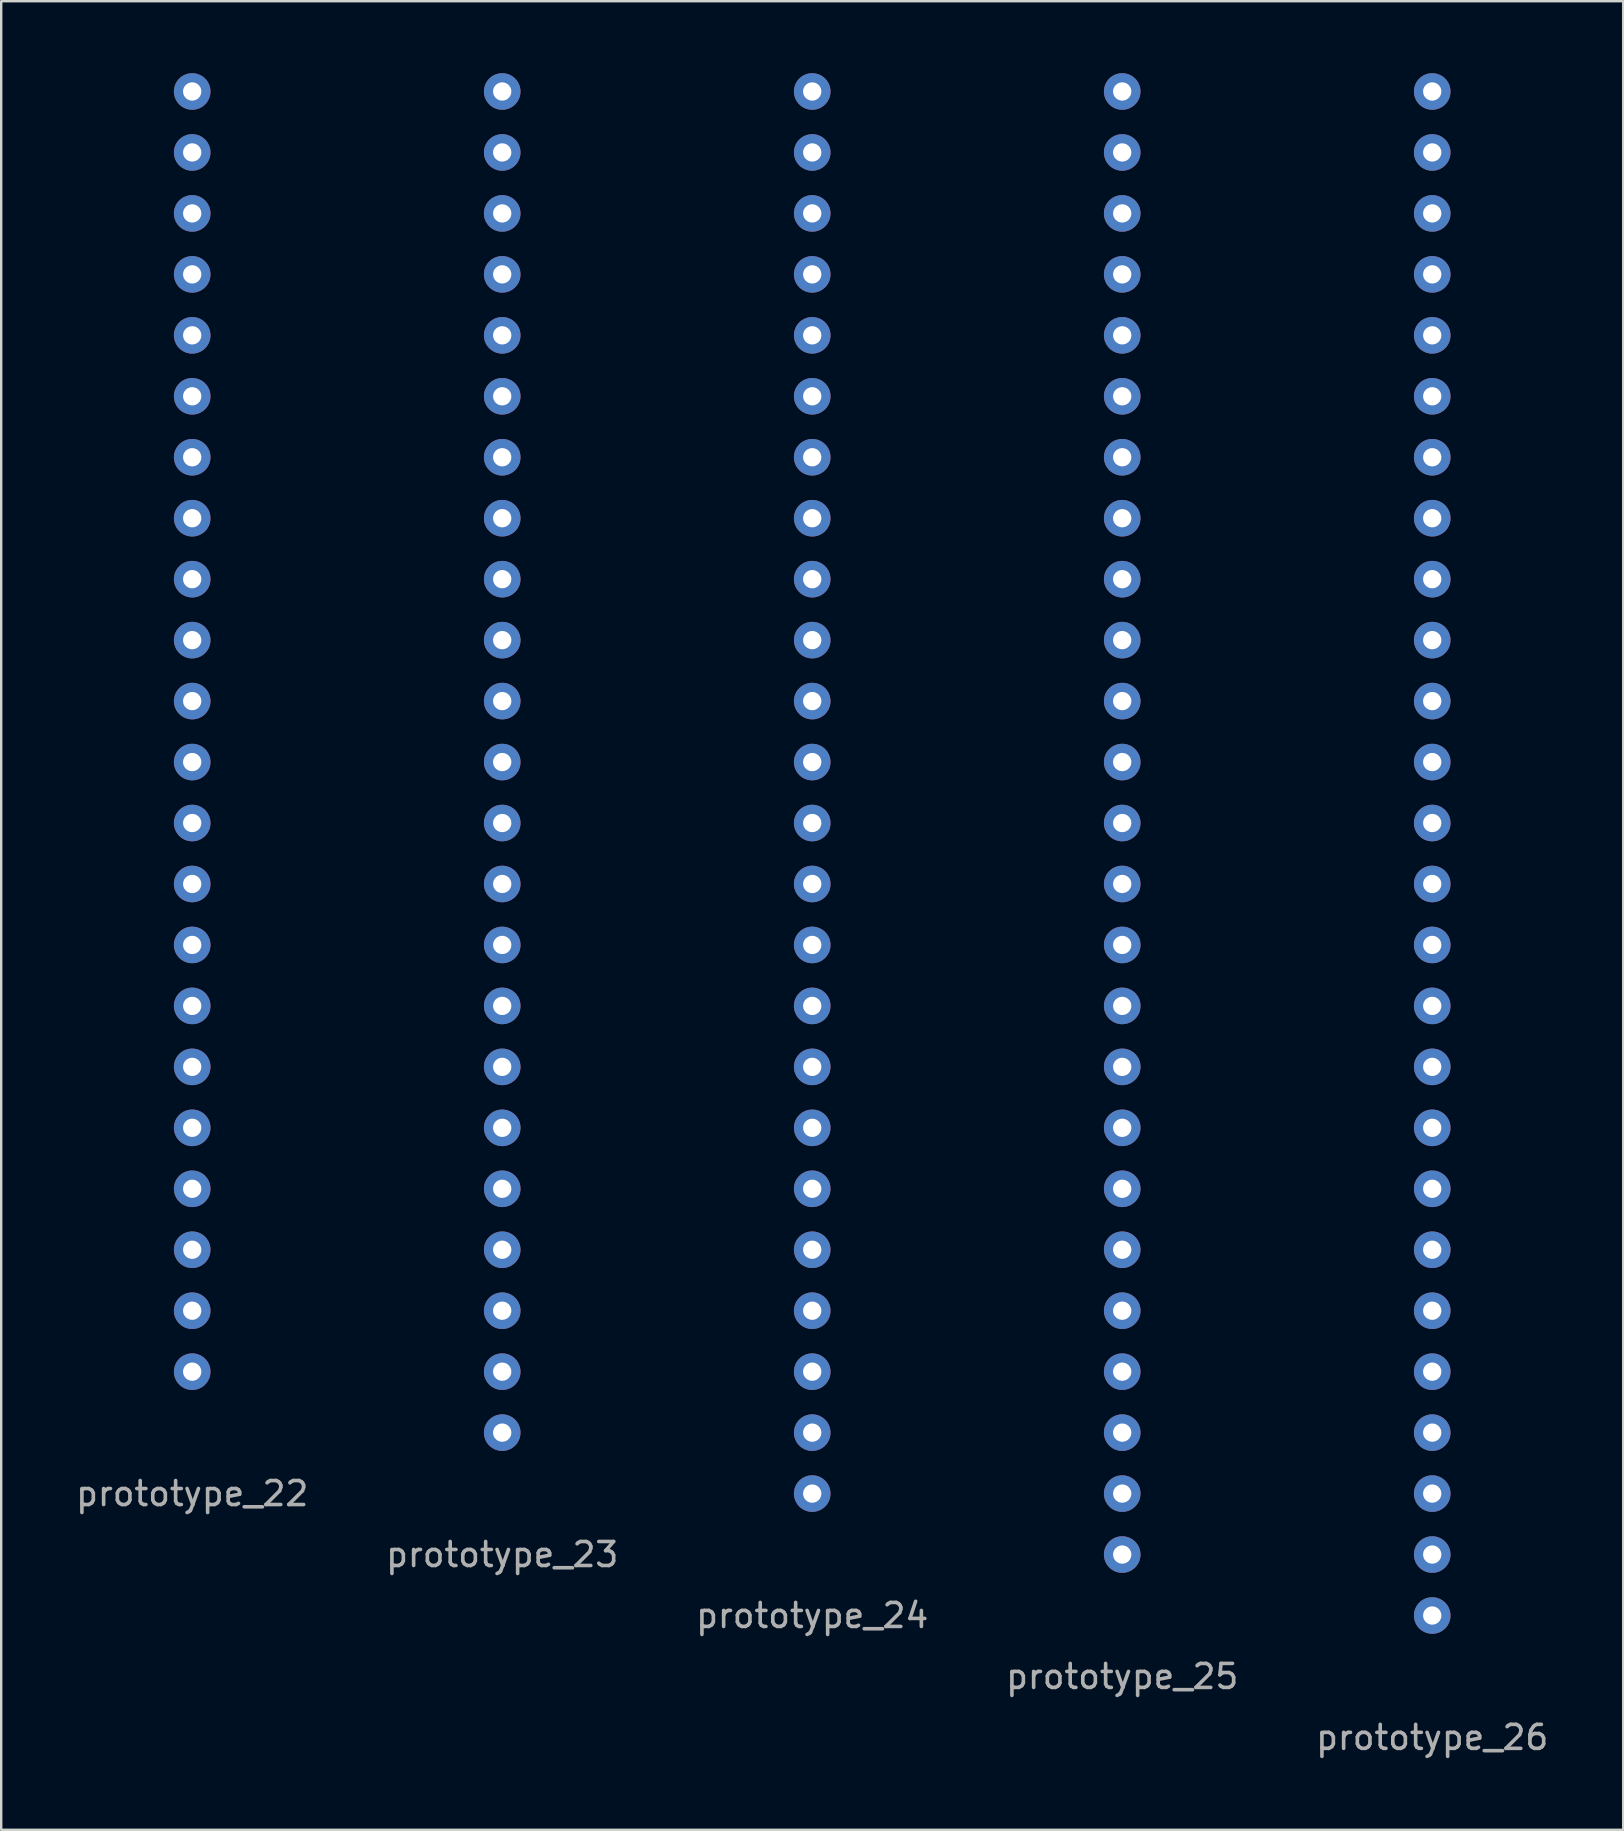
<source format=kicad_pcb>
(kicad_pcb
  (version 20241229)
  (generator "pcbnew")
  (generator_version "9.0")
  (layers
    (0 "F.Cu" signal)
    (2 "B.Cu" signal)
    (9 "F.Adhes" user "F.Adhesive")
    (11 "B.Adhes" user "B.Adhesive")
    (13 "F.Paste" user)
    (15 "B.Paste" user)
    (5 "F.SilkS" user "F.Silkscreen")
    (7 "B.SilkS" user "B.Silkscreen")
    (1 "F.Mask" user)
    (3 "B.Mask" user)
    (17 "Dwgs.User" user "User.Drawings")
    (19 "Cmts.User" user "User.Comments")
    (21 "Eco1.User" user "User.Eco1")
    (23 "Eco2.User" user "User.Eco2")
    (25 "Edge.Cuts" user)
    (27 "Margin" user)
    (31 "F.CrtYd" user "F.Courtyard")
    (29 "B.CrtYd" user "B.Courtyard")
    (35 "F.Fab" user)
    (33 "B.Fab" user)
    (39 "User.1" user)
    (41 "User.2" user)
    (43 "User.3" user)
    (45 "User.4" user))
  (footprint "prototype_23"
    (layer "F.Cu")
    (at 17.875 56.642)
    (property "Reference" "prototype_23" (at 0 5.08 0) (layer "F.Fab") (effects (font (size 1 1) (thickness 0.15))))
    (attr through_hole)
    (pad "1" thru_hole circle (at 0 0) (size 1.524 1.524) (drill 0.762) (layers "*.Cu" "*.Mask"))
    (pad "2" thru_hole circle (at 0 -2.54) (size 1.524 1.524) (drill 0.762) (layers "*.Cu" "*.Mask"))
    (pad "3" thru_hole circle (at 0 -5.08) (size 1.524 1.524) (drill 0.762) (layers "*.Cu" "*.Mask"))
    (pad "4" thru_hole circle (at 0 -7.62) (size 1.524 1.524) (drill 0.762) (layers "*.Cu" "*.Mask"))
    (pad "5" thru_hole circle (at 0 -10.16) (size 1.524 1.524) (drill 0.762) (layers "*.Cu" "*.Mask"))
    (pad "6" thru_hole circle (at 0 -12.7) (size 1.524 1.524) (drill 0.762) (layers "*.Cu" "*.Mask"))
    (pad "7" thru_hole circle (at 0 -15.24) (size 1.524 1.524) (drill 0.762) (layers "*.Cu" "*.Mask"))
    (pad "8" thru_hole circle (at 0 -17.78) (size 1.524 1.524) (drill 0.762) (layers "*.Cu" "*.Mask"))
    (pad "9" thru_hole circle (at 0 -20.32) (size 1.524 1.524) (drill 0.762) (layers "*.Cu" "*.Mask"))
    (pad "10" thru_hole circle (at 0 -22.86) (size 1.524 1.524) (drill 0.762) (layers "*.Cu" "*.Mask"))
    (pad "11" thru_hole circle (at 0 -25.4) (size 1.524 1.524) (drill 0.762) (layers "*.Cu" "*.Mask"))
    (pad "12" thru_hole circle (at 0 -27.94) (size 1.524 1.524) (drill 0.762) (layers "*.Cu" "*.Mask"))
    (pad "13" thru_hole circle (at 0 -30.48) (size 1.524 1.524) (drill 0.762) (layers "*.Cu" "*.Mask"))
    (pad "14" thru_hole circle (at 0 -33.02) (size 1.524 1.524) (drill 0.762) (layers "*.Cu" "*.Mask"))
    (pad "15" thru_hole circle (at 0 -35.56) (size 1.524 1.524) (drill 0.762) (layers "*.Cu" "*.Mask"))
    (pad "16" thru_hole circle (at 0 -38.1) (size 1.524 1.524) (drill 0.762) (layers "*.Cu" "*.Mask"))
    (pad "17" thru_hole circle (at 0 -40.64) (size 1.524 1.524) (drill 0.762) (layers "*.Cu" "*.Mask"))
    (pad "18" thru_hole circle (at 0 -43.18) (size 1.524 1.524) (drill 0.762) (layers "*.Cu" "*.Mask"))
    (pad "19" thru_hole circle (at 0 -45.72) (size 1.524 1.524) (drill 0.762) (layers "*.Cu" "*.Mask"))
    (pad "20" thru_hole circle (at 0 -48.26) (size 1.524 1.524) (drill 0.762) (layers "*.Cu" "*.Mask"))
    (pad "21" thru_hole circle (at 0 -50.8) (size 1.524 1.524) (drill 0.762) (layers "*.Cu" "*.Mask"))
    (pad "22" thru_hole circle (at 0 -53.34) (size 1.524 1.524) (drill 0.762) (layers "*.Cu" "*.Mask"))
    (pad "23" thru_hole circle (at 0 -55.88) (size 1.524 1.524) (drill 0.762) (layers "*.Cu" "*.Mask")))
  (footprint "prototype_26"
    (layer "F.Cu")
    (at 56.625 64.262)
    (property "Reference" "prototype_26" (at 0 5.08 0) (layer "F.Fab") (effects (font (size 1 1) (thickness 0.15))))
    (attr through_hole)
    (pad "1" thru_hole circle (at 0 0) (size 1.524 1.524) (drill 0.762) (layers "*.Cu" "*.Mask"))
    (pad "2" thru_hole circle (at 0 -2.54) (size 1.524 1.524) (drill 0.762) (layers "*.Cu" "*.Mask"))
    (pad "3" thru_hole circle (at 0 -5.08) (size 1.524 1.524) (drill 0.762) (layers "*.Cu" "*.Mask"))
    (pad "4" thru_hole circle (at 0 -7.62) (size 1.524 1.524) (drill 0.762) (layers "*.Cu" "*.Mask"))
    (pad "5" thru_hole circle (at 0 -10.16) (size 1.524 1.524) (drill 0.762) (layers "*.Cu" "*.Mask"))
    (pad "6" thru_hole circle (at 0 -12.7) (size 1.524 1.524) (drill 0.762) (layers "*.Cu" "*.Mask"))
    (pad "7" thru_hole circle (at 0 -15.24) (size 1.524 1.524) (drill 0.762) (layers "*.Cu" "*.Mask"))
    (pad "8" thru_hole circle (at 0 -17.78) (size 1.524 1.524) (drill 0.762) (layers "*.Cu" "*.Mask"))
    (pad "9" thru_hole circle (at 0 -20.32) (size 1.524 1.524) (drill 0.762) (layers "*.Cu" "*.Mask"))
    (pad "10" thru_hole circle (at 0 -22.86) (size 1.524 1.524) (drill 0.762) (layers "*.Cu" "*.Mask"))
    (pad "11" thru_hole circle (at 0 -25.4) (size 1.524 1.524) (drill 0.762) (layers "*.Cu" "*.Mask"))
    (pad "12" thru_hole circle (at 0 -27.94) (size 1.524 1.524) (drill 0.762) (layers "*.Cu" "*.Mask"))
    (pad "13" thru_hole circle (at 0 -30.48) (size 1.524 1.524) (drill 0.762) (layers "*.Cu" "*.Mask"))
    (pad "14" thru_hole circle (at 0 -33.02) (size 1.524 1.524) (drill 0.762) (layers "*.Cu" "*.Mask"))
    (pad "15" thru_hole circle (at 0 -35.56) (size 1.524 1.524) (drill 0.762) (layers "*.Cu" "*.Mask"))
    (pad "16" thru_hole circle (at 0 -38.1) (size 1.524 1.524) (drill 0.762) (layers "*.Cu" "*.Mask"))
    (pad "17" thru_hole circle (at 0 -40.64) (size 1.524 1.524) (drill 0.762) (layers "*.Cu" "*.Mask"))
    (pad "18" thru_hole circle (at 0 -43.18) (size 1.524 1.524) (drill 0.762) (layers "*.Cu" "*.Mask"))
    (pad "19" thru_hole circle (at 0 -45.72) (size 1.524 1.524) (drill 0.762) (layers "*.Cu" "*.Mask"))
    (pad "20" thru_hole circle (at 0 -48.26) (size 1.524 1.524) (drill 0.762) (layers "*.Cu" "*.Mask"))
    (pad "21" thru_hole circle (at 0 -50.8) (size 1.524 1.524) (drill 0.762) (layers "*.Cu" "*.Mask"))
    (pad "22" thru_hole circle (at 0 -53.34) (size 1.524 1.524) (drill 0.762) (layers "*.Cu" "*.Mask"))
    (pad "23" thru_hole circle (at 0 -55.88) (size 1.524 1.524) (drill 0.762) (layers "*.Cu" "*.Mask"))
    (pad "24" thru_hole circle (at 0 -58.42) (size 1.524 1.524) (drill 0.762) (layers "*.Cu" "*.Mask"))
    (pad "25" thru_hole circle (at 0 -60.96) (size 1.524 1.524) (drill 0.762) (layers "*.Cu" "*.Mask"))
    (pad "26" thru_hole circle (at 0 -63.5) (size 1.524 1.524) (drill 0.762) (layers "*.Cu" "*.Mask")))
  (footprint "prototype_24"
    (layer "F.Cu")
    (at 30.792 59.182)
    (property "Reference" "prototype_24" (at 0 5.08 0) (layer "F.Fab") (effects (font (size 1 1) (thickness 0.15))))
    (attr through_hole)
    (pad "1" thru_hole circle (at 0 0) (size 1.524 1.524) (drill 0.762) (layers "*.Cu" "*.Mask"))
    (pad "2" thru_hole circle (at 0 -2.54) (size 1.524 1.524) (drill 0.762) (layers "*.Cu" "*.Mask"))
    (pad "3" thru_hole circle (at 0 -5.08) (size 1.524 1.524) (drill 0.762) (layers "*.Cu" "*.Mask"))
    (pad "4" thru_hole circle (at 0 -7.62) (size 1.524 1.524) (drill 0.762) (layers "*.Cu" "*.Mask"))
    (pad "5" thru_hole circle (at 0 -10.16) (size 1.524 1.524) (drill 0.762) (layers "*.Cu" "*.Mask"))
    (pad "6" thru_hole circle (at 0 -12.7) (size 1.524 1.524) (drill 0.762) (layers "*.Cu" "*.Mask"))
    (pad "7" thru_hole circle (at 0 -15.24) (size 1.524 1.524) (drill 0.762) (layers "*.Cu" "*.Mask"))
    (pad "8" thru_hole circle (at 0 -17.78) (size 1.524 1.524) (drill 0.762) (layers "*.Cu" "*.Mask"))
    (pad "9" thru_hole circle (at 0 -20.32) (size 1.524 1.524) (drill 0.762) (layers "*.Cu" "*.Mask"))
    (pad "10" thru_hole circle (at 0 -22.86) (size 1.524 1.524) (drill 0.762) (layers "*.Cu" "*.Mask"))
    (pad "11" thru_hole circle (at 0 -25.4) (size 1.524 1.524) (drill 0.762) (layers "*.Cu" "*.Mask"))
    (pad "12" thru_hole circle (at 0 -27.94) (size 1.524 1.524) (drill 0.762) (layers "*.Cu" "*.Mask"))
    (pad "13" thru_hole circle (at 0 -30.48) (size 1.524 1.524) (drill 0.762) (layers "*.Cu" "*.Mask"))
    (pad "14" thru_hole circle (at 0 -33.02) (size 1.524 1.524) (drill 0.762) (layers "*.Cu" "*.Mask"))
    (pad "15" thru_hole circle (at 0 -35.56) (size 1.524 1.524) (drill 0.762) (layers "*.Cu" "*.Mask"))
    (pad "16" thru_hole circle (at 0 -38.1) (size 1.524 1.524) (drill 0.762) (layers "*.Cu" "*.Mask"))
    (pad "17" thru_hole circle (at 0 -40.64) (size 1.524 1.524) (drill 0.762) (layers "*.Cu" "*.Mask"))
    (pad "18" thru_hole circle (at 0 -43.18) (size 1.524 1.524) (drill 0.762) (layers "*.Cu" "*.Mask"))
    (pad "19" thru_hole circle (at 0 -45.72) (size 1.524 1.524) (drill 0.762) (layers "*.Cu" "*.Mask"))
    (pad "20" thru_hole circle (at 0 -48.26) (size 1.524 1.524) (drill 0.762) (layers "*.Cu" "*.Mask"))
    (pad "21" thru_hole circle (at 0 -50.8) (size 1.524 1.524) (drill 0.762) (layers "*.Cu" "*.Mask"))
    (pad "22" thru_hole circle (at 0 -53.34) (size 1.524 1.524) (drill 0.762) (layers "*.Cu" "*.Mask"))
    (pad "23" thru_hole circle (at 0 -55.88) (size 1.524 1.524) (drill 0.762) (layers "*.Cu" "*.Mask"))
    (pad "24" thru_hole circle (at 0 -58.42) (size 1.524 1.524) (drill 0.762) (layers "*.Cu" "*.Mask")))
  (footprint "prototype_22"
    (layer "F.Cu")
    (at 4.958 54.102)
    (property "Reference" "prototype_22" (at 0 5.08 0) (layer "F.Fab") (effects (font (size 1 1) (thickness 0.15))))
    (attr through_hole)
    (pad "1" thru_hole circle (at 0 0) (size 1.524 1.524) (drill 0.762) (layers "*.Cu" "*.Mask"))
    (pad "2" thru_hole circle (at 0 -2.54) (size 1.524 1.524) (drill 0.762) (layers "*.Cu" "*.Mask"))
    (pad "3" thru_hole circle (at 0 -5.08) (size 1.524 1.524) (drill 0.762) (layers "*.Cu" "*.Mask"))
    (pad "4" thru_hole circle (at 0 -7.62) (size 1.524 1.524) (drill 0.762) (layers "*.Cu" "*.Mask"))
    (pad "5" thru_hole circle (at 0 -10.16) (size 1.524 1.524) (drill 0.762) (layers "*.Cu" "*.Mask"))
    (pad "6" thru_hole circle (at 0 -12.7) (size 1.524 1.524) (drill 0.762) (layers "*.Cu" "*.Mask"))
    (pad "7" thru_hole circle (at 0 -15.24) (size 1.524 1.524) (drill 0.762) (layers "*.Cu" "*.Mask"))
    (pad "8" thru_hole circle (at 0 -17.78) (size 1.524 1.524) (drill 0.762) (layers "*.Cu" "*.Mask"))
    (pad "9" thru_hole circle (at 0 -20.32) (size 1.524 1.524) (drill 0.762) (layers "*.Cu" "*.Mask"))
    (pad "10" thru_hole circle (at 0 -22.86) (size 1.524 1.524) (drill 0.762) (layers "*.Cu" "*.Mask"))
    (pad "11" thru_hole circle (at 0 -25.4) (size 1.524 1.524) (drill 0.762) (layers "*.Cu" "*.Mask"))
    (pad "12" thru_hole circle (at 0 -27.94) (size 1.524 1.524) (drill 0.762) (layers "*.Cu" "*.Mask"))
    (pad "13" thru_hole circle (at 0 -30.48) (size 1.524 1.524) (drill 0.762) (layers "*.Cu" "*.Mask"))
    (pad "14" thru_hole circle (at 0 -33.02) (size 1.524 1.524) (drill 0.762) (layers "*.Cu" "*.Mask"))
    (pad "15" thru_hole circle (at 0 -35.56) (size 1.524 1.524) (drill 0.762) (layers "*.Cu" "*.Mask"))
    (pad "16" thru_hole circle (at 0 -38.1) (size 1.524 1.524) (drill 0.762) (layers "*.Cu" "*.Mask"))
    (pad "17" thru_hole circle (at 0 -40.64) (size 1.524 1.524) (drill 0.762) (layers "*.Cu" "*.Mask"))
    (pad "18" thru_hole circle (at 0 -43.18) (size 1.524 1.524) (drill 0.762) (layers "*.Cu" "*.Mask"))
    (pad "19" thru_hole circle (at 0 -45.72) (size 1.524 1.524) (drill 0.762) (layers "*.Cu" "*.Mask"))
    (pad "20" thru_hole circle (at 0 -48.26) (size 1.524 1.524) (drill 0.762) (layers "*.Cu" "*.Mask"))
    (pad "21" thru_hole circle (at 0 -50.8) (size 1.524 1.524) (drill 0.762) (layers "*.Cu" "*.Mask"))
    (pad "22" thru_hole circle (at 0 -53.34) (size 1.524 1.524) (drill 0.762) (layers "*.Cu" "*.Mask")))
  (footprint "prototype_25"
    (layer "F.Cu")
    (at 43.708 61.722)
    (property "Reference" "prototype_25" (at 0 5.08 0) (layer "F.Fab") (effects (font (size 1 1) (thickness 0.15))))
    (attr through_hole)
    (pad "1" thru_hole circle (at 0 0) (size 1.524 1.524) (drill 0.762) (layers "*.Cu" "*.Mask"))
    (pad "2" thru_hole circle (at 0 -2.54) (size 1.524 1.524) (drill 0.762) (layers "*.Cu" "*.Mask"))
    (pad "3" thru_hole circle (at 0 -5.08) (size 1.524 1.524) (drill 0.762) (layers "*.Cu" "*.Mask"))
    (pad "4" thru_hole circle (at 0 -7.62) (size 1.524 1.524) (drill 0.762) (layers "*.Cu" "*.Mask"))
    (pad "5" thru_hole circle (at 0 -10.16) (size 1.524 1.524) (drill 0.762) (layers "*.Cu" "*.Mask"))
    (pad "6" thru_hole circle (at 0 -12.7) (size 1.524 1.524) (drill 0.762) (layers "*.Cu" "*.Mask"))
    (pad "7" thru_hole circle (at 0 -15.24) (size 1.524 1.524) (drill 0.762) (layers "*.Cu" "*.Mask"))
    (pad "8" thru_hole circle (at 0 -17.78) (size 1.524 1.524) (drill 0.762) (layers "*.Cu" "*.Mask"))
    (pad "9" thru_hole circle (at 0 -20.32) (size 1.524 1.524) (drill 0.762) (layers "*.Cu" "*.Mask"))
    (pad "10" thru_hole circle (at 0 -22.86) (size 1.524 1.524) (drill 0.762) (layers "*.Cu" "*.Mask"))
    (pad "11" thru_hole circle (at 0 -25.4) (size 1.524 1.524) (drill 0.762) (layers "*.Cu" "*.Mask"))
    (pad "12" thru_hole circle (at 0 -27.94) (size 1.524 1.524) (drill 0.762) (layers "*.Cu" "*.Mask"))
    (pad "13" thru_hole circle (at 0 -30.48) (size 1.524 1.524) (drill 0.762) (layers "*.Cu" "*.Mask"))
    (pad "14" thru_hole circle (at 0 -33.02) (size 1.524 1.524) (drill 0.762) (layers "*.Cu" "*.Mask"))
    (pad "15" thru_hole circle (at 0 -35.56) (size 1.524 1.524) (drill 0.762) (layers "*.Cu" "*.Mask"))
    (pad "16" thru_hole circle (at 0 -38.1) (size 1.524 1.524) (drill 0.762) (layers "*.Cu" "*.Mask"))
    (pad "17" thru_hole circle (at 0 -40.64) (size 1.524 1.524) (drill 0.762) (layers "*.Cu" "*.Mask"))
    (pad "18" thru_hole circle (at 0 -43.18) (size 1.524 1.524) (drill 0.762) (layers "*.Cu" "*.Mask"))
    (pad "19" thru_hole circle (at 0 -45.72) (size 1.524 1.524) (drill 0.762) (layers "*.Cu" "*.Mask"))
    (pad "20" thru_hole circle (at 0 -48.26) (size 1.524 1.524) (drill 0.762) (layers "*.Cu" "*.Mask"))
    (pad "21" thru_hole circle (at 0 -50.8) (size 1.524 1.524) (drill 0.762) (layers "*.Cu" "*.Mask"))
    (pad "22" thru_hole circle (at 0 -53.34) (size 1.524 1.524) (drill 0.762) (layers "*.Cu" "*.Mask"))
    (pad "23" thru_hole circle (at 0 -55.88) (size 1.524 1.524) (drill 0.762) (layers "*.Cu" "*.Mask"))
    (pad "24" thru_hole circle (at 0 -58.42) (size 1.524 1.524) (drill 0.762) (layers "*.Cu" "*.Mask"))
    (pad "25" thru_hole circle (at 0 -60.96) (size 1.524 1.524) (drill 0.762) (layers "*.Cu" "*.Mask")))
  (gr_rect
    (start -3 -3)
    (end 64.583 73.19)
    (stroke (width 0.1) (type default))
    (fill no)
    (layer "Edge.Cuts")))
</source>
